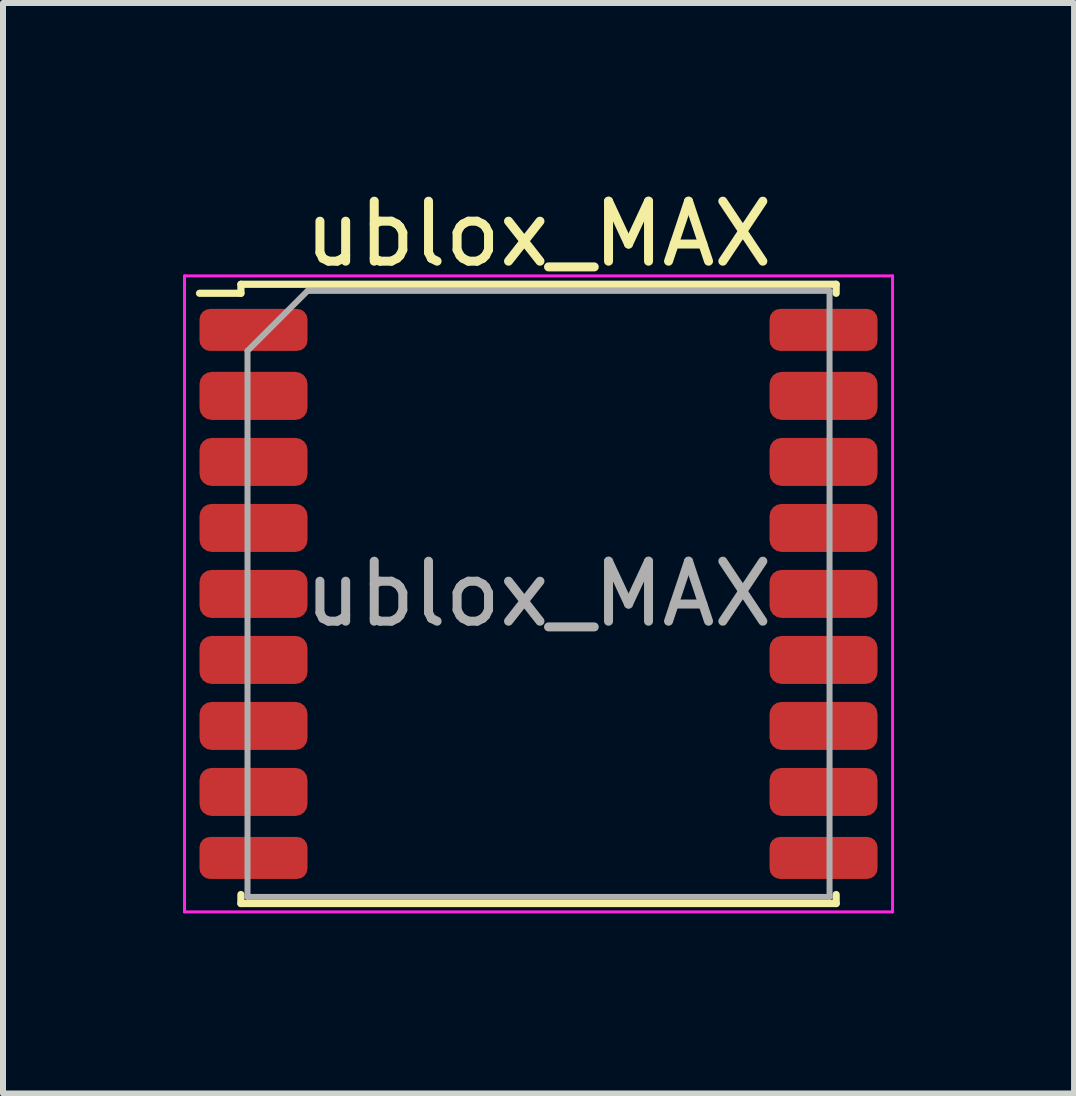
<source format=kicad_pcb>
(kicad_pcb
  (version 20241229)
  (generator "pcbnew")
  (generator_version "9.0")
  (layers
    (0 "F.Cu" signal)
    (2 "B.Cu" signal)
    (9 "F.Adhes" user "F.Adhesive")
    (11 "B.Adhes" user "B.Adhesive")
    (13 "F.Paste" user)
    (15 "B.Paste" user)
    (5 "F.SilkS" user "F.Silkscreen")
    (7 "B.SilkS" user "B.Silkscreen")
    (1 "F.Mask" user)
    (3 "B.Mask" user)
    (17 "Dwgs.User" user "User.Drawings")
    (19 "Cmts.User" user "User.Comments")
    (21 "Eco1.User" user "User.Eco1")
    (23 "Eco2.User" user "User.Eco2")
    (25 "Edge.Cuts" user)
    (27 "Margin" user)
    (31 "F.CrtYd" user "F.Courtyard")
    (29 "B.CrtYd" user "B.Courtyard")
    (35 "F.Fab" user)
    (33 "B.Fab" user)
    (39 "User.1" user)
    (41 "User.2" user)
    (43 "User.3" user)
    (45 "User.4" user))
  (footprint "ublox_MAX"
    (layer "F.Cu")
    (at 5.925 6.848)
    (property "Reference" "ublox_MAX" (at 0 -6 0) (layer "F.SilkS") (effects (font (size 1 1) (thickness 0.15))))
    (attr smd)
    (fp_line (start -5.65 -5.01) (end -4.96 -5.01) (stroke (width 0.12) (type solid)) (layer "F.SilkS"))
    (fp_line (start -4.96 -5.16) (end -4.96 -5.01) (stroke (width 0.12) (type solid)) (layer "F.SilkS"))
    (fp_line (start -4.96 -5.16) (end 4.96 -5.16) (stroke (width 0.12) (type solid)) (layer "F.SilkS"))
    (fp_line (start -4.96 5.01) (end -4.96 5.16) (stroke (width 0.12) (type solid)) (layer "F.SilkS"))
    (fp_line (start -4.96 5.16) (end 4.96 5.16) (stroke (width 0.12) (type solid)) (layer "F.SilkS"))
    (fp_line (start 4.96 -5.16) (end 4.96 -5.01) (stroke (width 0.12) (type solid)) (layer "F.SilkS"))
    (fp_line (start 4.96 5.01) (end 4.96 5.16) (stroke (width 0.12) (type solid)) (layer "F.SilkS"))
    (fp_line (start -5.9 -5.3) (end -5.9 5.3) (stroke (width 0.05) (type solid)) (layer "F.CrtYd"))
    (fp_line (start -5.9 -5.3) (end 5.9 -5.3) (stroke (width 0.05) (type solid)) (layer "F.CrtYd"))
    (fp_line (start -5.9 5.3) (end 5.9 5.3) (stroke (width 0.05) (type solid)) (layer "F.CrtYd"))
    (fp_line (start 5.9 -5.3) (end 5.9 5.3) (stroke (width 0.05) (type solid)) (layer "F.CrtYd"))
    (fp_line (start -4.85 -4.05) (end -4.85 5.05) (stroke (width 0.1) (type solid)) (layer "F.Fab"))
    (fp_line (start -4.85 5.05) (end 4.85 5.05) (stroke (width 0.1) (type solid)) (layer "F.Fab"))
    (fp_line (start -3.85 -5.05) (end -4.85 -4.05) (stroke (width 0.1) (type solid)) (layer "F.Fab"))
    (fp_line (start -3.85 -5.05) (end 4.85 -5.05) (stroke (width 0.1) (type solid)) (layer "F.Fab"))
    (fp_line (start 4.85 -5.05) (end 4.85 5.05) (stroke (width 0.1) (type solid)) (layer "F.Fab"))
    (fp_text user "${REFERENCE}" (at 0 0 0) (layer "F.Fab") (effects (font (size 1 1) (thickness 0.15))))
    (pad "1" smd roundrect (at -4.75 -4.4) (size 1.8 0.7) (layers "F.Cu" "F.Mask" "F.Paste") (roundrect_rratio 0.25))
    (pad "2" smd roundrect (at -4.75 -3.3) (size 1.8 0.8) (layers "F.Cu" "F.Mask" "F.Paste") (roundrect_rratio 0.25))
    (pad "3" smd roundrect (at -4.75 -2.2) (size 1.8 0.8) (layers "F.Cu" "F.Mask" "F.Paste") (roundrect_rratio 0.25))
    (pad "4" smd roundrect (at -4.75 -1.1) (size 1.8 0.8) (layers "F.Cu" "F.Mask" "F.Paste") (roundrect_rratio 0.25))
    (pad "5" smd roundrect (at -4.75 0) (size 1.8 0.8) (layers "F.Cu" "F.Mask" "F.Paste") (roundrect_rratio 0.25))
    (pad "6" smd roundrect (at -4.75 1.1) (size 1.8 0.8) (layers "F.Cu" "F.Mask" "F.Paste") (roundrect_rratio 0.25))
    (pad "7" smd roundrect (at -4.75 2.2) (size 1.8 0.8) (layers "F.Cu" "F.Mask" "F.Paste") (roundrect_rratio 0.25))
    (pad "8" smd roundrect (at -4.75 3.3) (size 1.8 0.8) (layers "F.Cu" "F.Mask" "F.Paste") (roundrect_rratio 0.25))
    (pad "9" smd roundrect (at -4.75 4.4) (size 1.8 0.7) (layers "F.Cu" "F.Mask" "F.Paste") (roundrect_rratio 0.25))
    (pad "10" smd roundrect (at 4.75 4.4) (size 1.8 0.7) (layers "F.Cu" "F.Mask" "F.Paste") (roundrect_rratio 0.25))
    (pad "11" smd roundrect (at 4.75 3.3) (size 1.8 0.8) (layers "F.Cu" "F.Mask" "F.Paste") (roundrect_rratio 0.25))
    (pad "12" smd roundrect (at 4.75 2.2) (size 1.8 0.8) (layers "F.Cu" "F.Mask" "F.Paste") (roundrect_rratio 0.25))
    (pad "13" smd roundrect (at 4.75 1.1) (size 1.8 0.8) (layers "F.Cu" "F.Mask" "F.Paste") (roundrect_rratio 0.25))
    (pad "14" smd roundrect (at 4.75 0) (size 1.8 0.8) (layers "F.Cu" "F.Mask" "F.Paste") (roundrect_rratio 0.25))
    (pad "15" smd roundrect (at 4.75 -1.1) (size 1.8 0.8) (layers "F.Cu" "F.Mask" "F.Paste") (roundrect_rratio 0.25))
    (pad "16" smd roundrect (at 4.75 -2.2) (size 1.8 0.8) (layers "F.Cu" "F.Mask" "F.Paste") (roundrect_rratio 0.25))
    (pad "17" smd roundrect (at 4.75 -3.3) (size 1.8 0.8) (layers "F.Cu" "F.Mask" "F.Paste") (roundrect_rratio 0.25))
    (pad "18" smd roundrect (at 4.75 -4.4) (size 1.8 0.7) (layers "F.Cu" "F.Mask" "F.Paste") (roundrect_rratio 0.25)))
  (gr_rect
    (start -3 -3)
    (end 14.85 15.173)
    (stroke (width 0.1) (type default))
    (fill no)
    (layer "Edge.Cuts")))
</source>
